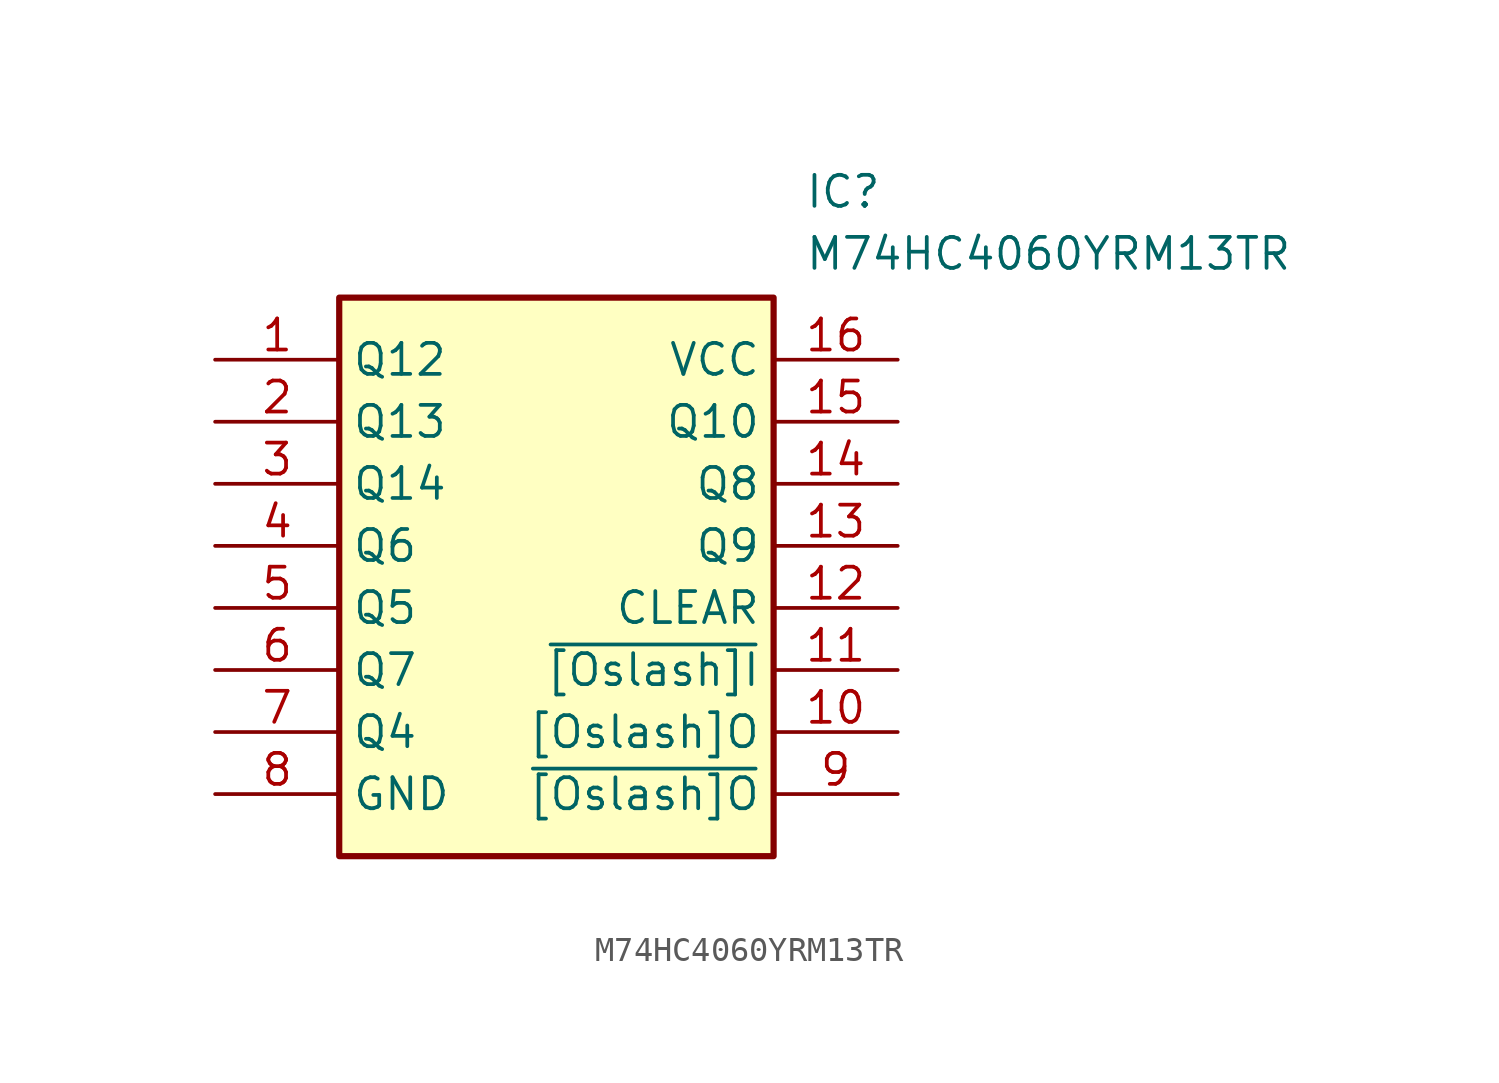
<source format=kicad_sym>
(kicad_symbol_lib
  (version 20220914)
  (generator KiBot)
  (symbol "SamacSys_Parts:M74HC4060YRM13TR"
    (property "Reference" "IC"
      (at 24.13 7.62 0)
      (effects (font (size 1.27 1.27)) (justify left top)))
    (property "Value" "M74HC4060YRM13TR"
      (at 24.13 5.08 0)
      (effects (font (size 1.27 1.27)) (justify left top)))
    (symbol "M74HC4060YRM13TR_1_1"
      (rectangle (start 5.08 2.54) (end 22.86 -20.32) (stroke (width 0.254) (type default)) (fill (type background)))
      (pin passive line (at 0 0 0) (length 5.08) (name "Q12" (effects (font (size 1.27 1.27)))) (number "1" (effects (font (size 1.27 1.27)))))
      (pin passive line (at 27.94 -15.24 180) (length 5.08) (name "[Oslash]O" (effects (font (size 1.27 1.27)))) (number "10" (effects (font (size 1.27 1.27)))))
      (pin passive line (at 27.94 -12.7 180) (length 5.08) (name "~{[Oslash]I}" (effects (font (size 1.27 1.27)))) (number "11" (effects (font (size 1.27 1.27)))))
      (pin passive line (at 27.94 -10.16 180) (length 5.08) (name "CLEAR" (effects (font (size 1.27 1.27)))) (number "12" (effects (font (size 1.27 1.27)))))
      (pin passive line (at 27.94 -7.62 180) (length 5.08) (name "Q9" (effects (font (size 1.27 1.27)))) (number "13" (effects (font (size 1.27 1.27)))))
      (pin passive line (at 27.94 -5.08 180) (length 5.08) (name "Q8" (effects (font (size 1.27 1.27)))) (number "14" (effects (font (size 1.27 1.27)))))
      (pin passive line (at 27.94 -2.54 180) (length 5.08) (name "Q10" (effects (font (size 1.27 1.27)))) (number "15" (effects (font (size 1.27 1.27)))))
      (pin power_in line (at 27.94 0 180) (length 5.08) (name "VCC" (effects (font (size 1.27 1.27)))) (number "16" (effects (font (size 1.27 1.27)))))
      (pin passive line (at 0 -2.54 0) (length 5.08) (name "Q13" (effects (font (size 1.27 1.27)))) (number "2" (effects (font (size 1.27 1.27)))))
      (pin passive line (at 0 -5.08 0) (length 5.08) (name "Q14" (effects (font (size 1.27 1.27)))) (number "3" (effects (font (size 1.27 1.27)))))
      (pin passive line (at 0 -7.62 0) (length 5.08) (name "Q6" (effects (font (size 1.27 1.27)))) (number "4" (effects (font (size 1.27 1.27)))))
      (pin passive line (at 0 -10.16 0) (length 5.08) (name "Q5" (effects (font (size 1.27 1.27)))) (number "5" (effects (font (size 1.27 1.27)))))
      (pin passive line (at 0 -12.7 0) (length 5.08) (name "Q7" (effects (font (size 1.27 1.27)))) (number "6" (effects (font (size 1.27 1.27)))))
      (pin passive line (at 0 -15.24 0) (length 5.08) (name "Q4" (effects (font (size 1.27 1.27)))) (number "7" (effects (font (size 1.27 1.27)))))
      (pin power_in line (at 0 -17.78 0) (length 5.08) (name "GND" (effects (font (size 1.27 1.27)))) (number "8" (effects (font (size 1.27 1.27)))))
      (pin passive line (at 27.94 -17.78 180) (length 5.08) (name "~{[Oslash]O}" (effects (font (size 1.27 1.27)))) (number "9" (effects (font (size 1.27 1.27))))))))
</source>
